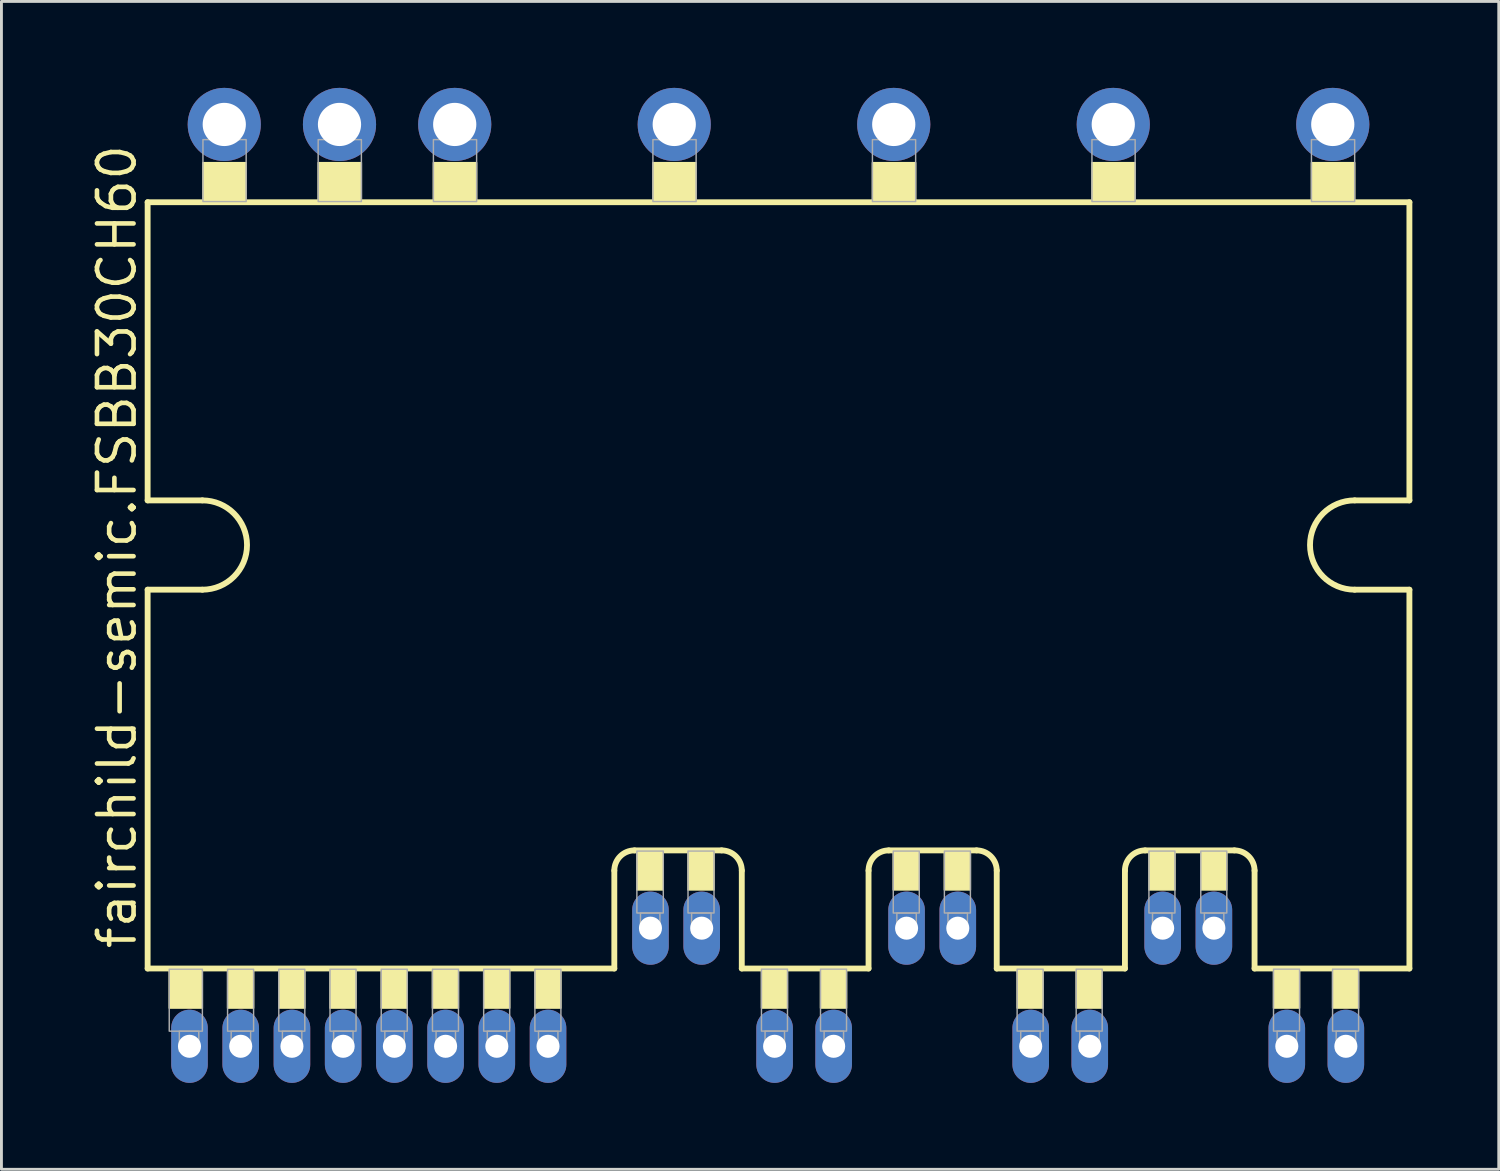
<source format=kicad_pcb>
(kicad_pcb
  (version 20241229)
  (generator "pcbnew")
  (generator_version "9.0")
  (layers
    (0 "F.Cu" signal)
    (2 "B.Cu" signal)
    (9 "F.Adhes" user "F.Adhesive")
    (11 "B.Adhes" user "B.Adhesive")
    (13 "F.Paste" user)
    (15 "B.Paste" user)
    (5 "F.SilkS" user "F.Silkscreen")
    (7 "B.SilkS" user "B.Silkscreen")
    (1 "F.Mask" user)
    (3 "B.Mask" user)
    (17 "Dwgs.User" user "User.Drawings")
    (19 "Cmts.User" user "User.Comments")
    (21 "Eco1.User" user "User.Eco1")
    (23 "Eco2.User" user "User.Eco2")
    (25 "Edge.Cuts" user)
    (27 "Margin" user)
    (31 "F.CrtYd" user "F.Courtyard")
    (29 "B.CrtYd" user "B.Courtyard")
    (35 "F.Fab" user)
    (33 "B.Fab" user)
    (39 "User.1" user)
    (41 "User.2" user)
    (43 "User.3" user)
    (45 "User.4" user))
  (footprint "fairchild-semic.FSBB30CH60"
    (layer "F.Cu")
    (at 23.975 17.27)
    (property "Reference" "fairchild-semic.FSBB30CH60" (at -22.225 12.7 90) (layer "F.SilkS") (effects (font (size 1.27 1.27) (thickness 0.16)) (justify left bottom)))
    (attr through_hole)
    (fp_line (start -21.9 -13.3) (end 21.9 -13.3) (stroke (width 0.203) (type default)) (layer "F.SilkS"))
    (fp_line (start -21.9 -2.95) (end -21.9 -13.3) (stroke (width 0.203) (type default)) (layer "F.SilkS"))
    (fp_line (start -21.9 13.3) (end -21.9 0.15) (stroke (width 0.203) (type default)) (layer "F.SilkS"))
    (fp_line (start -20 -2.95) (end -21.9 -2.95) (stroke (width 0.203) (type default)) (layer "F.SilkS"))
    (fp_line (start -20 0.15) (end -21.9 0.15) (stroke (width 0.203) (type default)) (layer "F.SilkS"))
    (fp_line (start -5.7 9.9) (end -5.7 13.3) (stroke (width 0.203) (type default)) (layer "F.SilkS"))
    (fp_line (start -5.7 13.3) (end -21.9 13.3) (stroke (width 0.203) (type default)) (layer "F.SilkS"))
    (fp_line (start -1.975 9.2) (end -5 9.2) (stroke (width 0.203) (type default)) (layer "F.SilkS"))
    (fp_line (start -1.275 13.3) (end -1.275 9.9) (stroke (width 0.203) (type default)) (layer "F.SilkS"))
    (fp_line (start 3.125 9.9) (end 3.125 13.3) (stroke (width 0.203) (type default)) (layer "F.SilkS"))
    (fp_line (start 3.125 13.3) (end -1.275 13.3) (stroke (width 0.203) (type default)) (layer "F.SilkS"))
    (fp_line (start 6.875 9.2) (end 3.825 9.2) (stroke (width 0.203) (type default)) (layer "F.SilkS"))
    (fp_line (start 7.575 13.3) (end 7.575 9.9) (stroke (width 0.203) (type default)) (layer "F.SilkS"))
    (fp_line (start 12.025 9.9) (end 12.025 13.3) (stroke (width 0.203) (type default)) (layer "F.SilkS"))
    (fp_line (start 12.025 13.3) (end 7.575 13.3) (stroke (width 0.203) (type default)) (layer "F.SilkS"))
    (fp_line (start 15.825 9.2) (end 12.725 9.2) (stroke (width 0.203) (type default)) (layer "F.SilkS"))
    (fp_line (start 16.525 13.3) (end 16.525 9.9) (stroke (width 0.203) (type default)) (layer "F.SilkS"))
    (fp_line (start 20 -2.95) (end 21.9 -2.95) (stroke (width 0.203) (type default)) (layer "F.SilkS"))
    (fp_line (start 20 0.15) (end 21.9 0.15) (stroke (width 0.203) (type default)) (layer "F.SilkS"))
    (fp_line (start 21.9 -13.3) (end 21.9 -2.95) (stroke (width 0.203) (type default)) (layer "F.SilkS"))
    (fp_line (start 21.9 0.15) (end 21.9 13.3) (stroke (width 0.203) (type default)) (layer "F.SilkS"))
    (fp_line (start 21.9 13.3) (end 16.525 13.3) (stroke (width 0.203) (type default)) (layer "F.SilkS"))
    (fp_rect (start -21.15 14.675) (end -20 13.3) (stroke (width 0.05) (type default)) (fill yes) (layer "F.SilkS"))
    (fp_rect (start -19.98 -13.298) (end -18.48 -14.673) (stroke (width 0.05) (type default)) (fill yes) (layer "F.SilkS"))
    (fp_rect (start -19.125 14.675) (end -18.222 13.3) (stroke (width 0.05) (type default)) (fill yes) (layer "F.SilkS"))
    (fp_rect (start -17.347 14.675) (end -16.444 13.3) (stroke (width 0.05) (type default)) (fill yes) (layer "F.SilkS"))
    (fp_rect (start -15.98 -13.298) (end -14.48 -14.673) (stroke (width 0.05) (type default)) (fill yes) (layer "F.SilkS"))
    (fp_rect (start -15.569 14.675) (end -14.666 13.3) (stroke (width 0.05) (type default)) (fill yes) (layer "F.SilkS"))
    (fp_rect (start -13.791 14.675) (end -12.888 13.3) (stroke (width 0.05) (type default)) (fill yes) (layer "F.SilkS"))
    (fp_rect (start -12.013 14.675) (end -11.11 13.3) (stroke (width 0.05) (type default)) (fill yes) (layer "F.SilkS"))
    (fp_rect (start -11.98 -13.298) (end -10.48 -14.673) (stroke (width 0.05) (type default)) (fill yes) (layer "F.SilkS"))
    (fp_rect (start -10.235 14.675) (end -9.332 13.3) (stroke (width 0.05) (type default)) (fill yes) (layer "F.SilkS"))
    (fp_rect (start -8.457 14.675) (end -7.554 13.3) (stroke (width 0.05) (type default)) (fill yes) (layer "F.SilkS"))
    (fp_rect (start -4.917 10.573) (end -4 9.198) (stroke (width 0.05) (type default)) (fill yes) (layer "F.SilkS"))
    (fp_rect (start -4.36 -13.298) (end -2.86 -14.673) (stroke (width 0.05) (type default)) (fill yes) (layer "F.SilkS"))
    (fp_rect (start -3.142 10.573) (end -2.239 9.198) (stroke (width 0.05) (type default)) (fill yes) (layer "F.SilkS"))
    (fp_rect (start -0.592 14.673) (end 0.311 13.298) (stroke (width 0.05) (type default)) (fill yes) (layer "F.SilkS"))
    (fp_rect (start 1.458 14.673) (end 2.361 13.298) (stroke (width 0.05) (type default)) (fill yes) (layer "F.SilkS"))
    (fp_rect (start 3.26 -13.298) (end 4.76 -14.673) (stroke (width 0.05) (type default)) (fill yes) (layer "F.SilkS"))
    (fp_rect (start 3.983 10.573) (end 4.886 9.198) (stroke (width 0.05) (type default)) (fill yes) (layer "F.SilkS"))
    (fp_rect (start 5.758 10.573) (end 6.661 9.198) (stroke (width 0.05) (type default)) (fill yes) (layer "F.SilkS"))
    (fp_rect (start 8.283 14.673) (end 9.186 13.298) (stroke (width 0.05) (type default)) (fill yes) (layer "F.SilkS"))
    (fp_rect (start 10.333 14.673) (end 11.236 13.298) (stroke (width 0.05) (type default)) (fill yes) (layer "F.SilkS"))
    (fp_rect (start 10.88 -13.298) (end 12.38 -14.673) (stroke (width 0.05) (type default)) (fill yes) (layer "F.SilkS"))
    (fp_rect (start 12.858 10.573) (end 13.761 9.198) (stroke (width 0.05) (type default)) (fill yes) (layer "F.SilkS"))
    (fp_rect (start 14.658 10.573) (end 15.561 9.198) (stroke (width 0.05) (type default)) (fill yes) (layer "F.SilkS"))
    (fp_rect (start 17.183 14.673) (end 18.086 13.298) (stroke (width 0.05) (type default)) (fill yes) (layer "F.SilkS"))
    (fp_rect (start 18.5 -13.298) (end 20 -14.673) (stroke (width 0.05) (type default)) (fill yes) (layer "F.SilkS"))
    (fp_rect (start 19.233 14.673) (end 20.136 13.298) (stroke (width 0.05) (type default)) (fill yes) (layer "F.SilkS"))
    (fp_arc (start -20 -2.95) (mid -18.45 -1.4) (end -20 0.15) (stroke (width 0.2032) (type default)) (layer "F.SilkS"))
    (fp_arc (start -5.7 9.9) (mid -5.494975 9.405025) (end -5 9.2) (stroke (width 0.2032) (type default)) (layer "F.SilkS"))
    (fp_arc (start -1.975 9.2) (mid -1.480025 9.405025) (end -1.275 9.9) (stroke (width 0.2032) (type default)) (layer "F.SilkS"))
    (fp_arc (start 3.125 9.9) (mid 3.330025 9.405025) (end 3.825 9.2) (stroke (width 0.2032) (type default)) (layer "F.SilkS"))
    (fp_arc (start 6.875 9.2) (mid 7.369975 9.405025) (end 7.575 9.9) (stroke (width 0.2032) (type default)) (layer "F.SilkS"))
    (fp_arc (start 12.025 9.9) (mid 12.230025 9.405025) (end 12.725 9.2) (stroke (width 0.2032) (type default)) (layer "F.SilkS"))
    (fp_arc (start 15.825 9.2) (mid 16.319975 9.405025) (end 16.525 9.9) (stroke (width 0.2032) (type default)) (layer "F.SilkS"))
    (fp_arc (start 20 0.15) (mid 18.45 -1.4) (end 20 -2.95) (stroke (width 0.2032) (type default)) (layer "F.SilkS"))
    (fp_rect (start -21.15 15.475) (end -20 13.325) (stroke (width 0.05) (type default)) (fill no) (layer "F.Fab"))
    (fp_rect (start -20.8 16.175) (end -20.125 15.475) (stroke (width 0.05) (type default)) (fill no) (layer "F.Fab"))
    (fp_rect (start -19.98 -13.323) (end -18.48 -15.473) (stroke (width 0.05) (type default)) (fill no) (layer "F.Fab"))
    (fp_rect (start -19.73 -15.473) (end -18.73 -16.5) (stroke (width 0.05) (type default)) (fill no) (layer "F.Fab"))
    (fp_rect (start -19.125 15.475) (end -18.222 13.325) (stroke (width 0.05) (type default)) (fill no) (layer "F.Fab"))
    (fp_rect (start -19 16.175) (end -18.325 15.475) (stroke (width 0.05) (type default)) (fill no) (layer "F.Fab"))
    (fp_rect (start -17.347 15.475) (end -16.444 13.325) (stroke (width 0.05) (type default)) (fill no) (layer "F.Fab"))
    (fp_rect (start -17.222 16.175) (end -16.547 15.475) (stroke (width 0.05) (type default)) (fill no) (layer "F.Fab"))
    (fp_rect (start -15.98 -13.323) (end -14.48 -15.473) (stroke (width 0.05) (type default)) (fill no) (layer "F.Fab"))
    (fp_rect (start -15.73 -15.473) (end -14.73 -16.5) (stroke (width 0.05) (type default)) (fill no) (layer "F.Fab"))
    (fp_rect (start -15.569 15.475) (end -14.666 13.325) (stroke (width 0.05) (type default)) (fill no) (layer "F.Fab"))
    (fp_rect (start -15.444 16.175) (end -14.769 15.475) (stroke (width 0.05) (type default)) (fill no) (layer "F.Fab"))
    (fp_rect (start -13.791 15.475) (end -12.888 13.325) (stroke (width 0.05) (type default)) (fill no) (layer "F.Fab"))
    (fp_rect (start -13.666 16.175) (end -12.991 15.475) (stroke (width 0.05) (type default)) (fill no) (layer "F.Fab"))
    (fp_rect (start -12.013 15.475) (end -11.11 13.325) (stroke (width 0.05) (type default)) (fill no) (layer "F.Fab"))
    (fp_rect (start -11.98 -13.323) (end -10.48 -15.473) (stroke (width 0.05) (type default)) (fill no) (layer "F.Fab"))
    (fp_rect (start -11.888 16.175) (end -11.213 15.475) (stroke (width 0.05) (type default)) (fill no) (layer "F.Fab"))
    (fp_rect (start -11.73 -15.473) (end -10.73 -16.5) (stroke (width 0.05) (type default)) (fill no) (layer "F.Fab"))
    (fp_rect (start -10.235 15.475) (end -9.332 13.325) (stroke (width 0.05) (type default)) (fill no) (layer "F.Fab"))
    (fp_rect (start -10.11 16.175) (end -9.435 15.475) (stroke (width 0.05) (type default)) (fill no) (layer "F.Fab"))
    (fp_rect (start -8.457 15.475) (end -7.554 13.325) (stroke (width 0.05) (type default)) (fill no) (layer "F.Fab"))
    (fp_rect (start -8.332 16.175) (end -7.657 15.475) (stroke (width 0.05) (type default)) (fill no) (layer "F.Fab"))
    (fp_rect (start -4.917 11.373) (end -4 9.223) (stroke (width 0.05) (type default)) (fill no) (layer "F.Fab"))
    (fp_rect (start -4.792 12.073) (end -4.117 11.373) (stroke (width 0.05) (type default)) (fill no) (layer "F.Fab"))
    (fp_rect (start -4.36 -13.323) (end -2.86 -15.473) (stroke (width 0.05) (type default)) (fill no) (layer "F.Fab"))
    (fp_rect (start -4.11 -15.473) (end -3.11 -16.5) (stroke (width 0.05) (type default)) (fill no) (layer "F.Fab"))
    (fp_rect (start -3.142 11.373) (end -2.239 9.223) (stroke (width 0.05) (type default)) (fill no) (layer "F.Fab"))
    (fp_rect (start -3.017 12.073) (end -2.342 11.373) (stroke (width 0.05) (type default)) (fill no) (layer "F.Fab"))
    (fp_rect (start -0.592 15.473) (end 0.311 13.323) (stroke (width 0.05) (type default)) (fill no) (layer "F.Fab"))
    (fp_rect (start -0.467 16.173) (end 0.208 15.473) (stroke (width 0.05) (type default)) (fill no) (layer "F.Fab"))
    (fp_rect (start 1.458 15.473) (end 2.361 13.323) (stroke (width 0.05) (type default)) (fill no) (layer "F.Fab"))
    (fp_rect (start 1.583 16.173) (end 2.258 15.473) (stroke (width 0.05) (type default)) (fill no) (layer "F.Fab"))
    (fp_rect (start 3.26 -13.323) (end 4.76 -15.473) (stroke (width 0.05) (type default)) (fill no) (layer "F.Fab"))
    (fp_rect (start 3.51 -15.473) (end 4.51 -16.5) (stroke (width 0.05) (type default)) (fill no) (layer "F.Fab"))
    (fp_rect (start 3.983 11.373) (end 4.886 9.223) (stroke (width 0.05) (type default)) (fill no) (layer "F.Fab"))
    (fp_rect (start 4.108 12.073) (end 4.783 11.373) (stroke (width 0.05) (type default)) (fill no) (layer "F.Fab"))
    (fp_rect (start 5.758 11.373) (end 6.661 9.223) (stroke (width 0.05) (type default)) (fill no) (layer "F.Fab"))
    (fp_rect (start 5.883 12.073) (end 6.558 11.373) (stroke (width 0.05) (type default)) (fill no) (layer "F.Fab"))
    (fp_rect (start 8.283 15.473) (end 9.186 13.323) (stroke (width 0.05) (type default)) (fill no) (layer "F.Fab"))
    (fp_rect (start 8.408 16.173) (end 9.083 15.473) (stroke (width 0.05) (type default)) (fill no) (layer "F.Fab"))
    (fp_rect (start 10.333 15.473) (end 11.236 13.323) (stroke (width 0.05) (type default)) (fill no) (layer "F.Fab"))
    (fp_rect (start 10.458 16.173) (end 11.133 15.473) (stroke (width 0.05) (type default)) (fill no) (layer "F.Fab"))
    (fp_rect (start 10.88 -13.323) (end 12.38 -15.473) (stroke (width 0.05) (type default)) (fill no) (layer "F.Fab"))
    (fp_rect (start 11.13 -15.473) (end 12.13 -16.5) (stroke (width 0.05) (type default)) (fill no) (layer "F.Fab"))
    (fp_rect (start 12.858 11.373) (end 13.761 9.223) (stroke (width 0.05) (type default)) (fill no) (layer "F.Fab"))
    (fp_rect (start 12.983 12.073) (end 13.658 11.373) (stroke (width 0.05) (type default)) (fill no) (layer "F.Fab"))
    (fp_rect (start 14.658 11.373) (end 15.561 9.223) (stroke (width 0.05) (type default)) (fill no) (layer "F.Fab"))
    (fp_rect (start 14.783 12.073) (end 15.458 11.373) (stroke (width 0.05) (type default)) (fill no) (layer "F.Fab"))
    (fp_rect (start 17.183 15.473) (end 18.086 13.323) (stroke (width 0.05) (type default)) (fill no) (layer "F.Fab"))
    (fp_rect (start 17.308 16.173) (end 17.983 15.473) (stroke (width 0.05) (type default)) (fill no) (layer "F.Fab"))
    (fp_rect (start 18.5 -13.323) (end 20 -15.473) (stroke (width 0.05) (type default)) (fill no) (layer "F.Fab"))
    (fp_rect (start 18.75 -15.473) (end 19.75 -16.5) (stroke (width 0.05) (type default)) (fill no) (layer "F.Fab"))
    (fp_rect (start 19.233 15.473) (end 20.136 13.323) (stroke (width 0.05) (type default)) (fill no) (layer "F.Fab"))
    (fp_rect (start 19.358 16.173) (end 20.033 15.473) (stroke (width 0.05) (type default)) (fill no) (layer "F.Fab"))
    (pad "1" thru_hole oval (at -20.447 16 90) (size 2.54 1.27) (drill 0.8) (layers "*.Cu" "*.Mask"))
    (pad "2" thru_hole oval (at -18.669 16 90) (size 2.54 1.27) (drill 0.8) (layers "*.Cu" "*.Mask"))
    (pad "3" thru_hole oval (at -16.891 16 90) (size 2.54 1.27) (drill 0.8) (layers "*.Cu" "*.Mask"))
    (pad "4" thru_hole oval (at -15.113 16 90) (size 2.54 1.27) (drill 0.8) (layers "*.Cu" "*.Mask"))
    (pad "5" thru_hole oval (at -13.335 16 90) (size 2.54 1.27) (drill 0.8) (layers "*.Cu" "*.Mask"))
    (pad "6" thru_hole oval (at -11.557 16 90) (size 2.54 1.27) (drill 0.8) (layers "*.Cu" "*.Mask"))
    (pad "7" thru_hole oval (at -9.779 16 90) (size 2.54 1.27) (drill 0.8) (layers "*.Cu" "*.Mask"))
    (pad "8" thru_hole oval (at -8.001 16 90) (size 2.54 1.27) (drill 0.8) (layers "*.Cu" "*.Mask"))
    (pad "9" thru_hole oval (at -4.445 11.9 90) (size 2.54 1.27) (drill 0.8) (layers "*.Cu" "*.Mask"))
    (pad "10" thru_hole oval (at -2.667 11.9 90) (size 2.54 1.27) (drill 0.8) (layers "*.Cu" "*.Mask"))
    (pad "11" thru_hole oval (at -0.136 16 90) (size 2.54 1.27) (drill 0.8) (layers "*.Cu" "*.Mask"))
    (pad "12" thru_hole oval (at 1.914 16 90) (size 2.54 1.27) (drill 0.8) (layers "*.Cu" "*.Mask"))
    (pad "13" thru_hole oval (at 4.445 11.9 90) (size 2.54 1.27) (drill 0.8) (layers "*.Cu" "*.Mask"))
    (pad "14" thru_hole oval (at 6.223 11.9 90) (size 2.54 1.27) (drill 0.8) (layers "*.Cu" "*.Mask"))
    (pad "15" thru_hole oval (at 8.754 16 90) (size 2.54 1.27) (drill 0.8) (layers "*.Cu" "*.Mask"))
    (pad "16" thru_hole oval (at 10.804 16 90) (size 2.54 1.27) (drill 0.8) (layers "*.Cu" "*.Mask"))
    (pad "17" thru_hole oval (at 13.335 11.9 90) (size 2.54 1.27) (drill 0.8) (layers "*.Cu" "*.Mask"))
    (pad "18" thru_hole oval (at 15.113 11.9 90) (size 2.54 1.27) (drill 0.8) (layers "*.Cu" "*.Mask"))
    (pad "19" thru_hole oval (at 17.644 16 90) (size 2.54 1.27) (drill 0.8) (layers "*.Cu" "*.Mask"))
    (pad "20" thru_hole oval (at 19.694 16 90) (size 2.54 1.27) (drill 0.8) (layers "*.Cu" "*.Mask"))
    (pad "21" thru_hole circle (at -19.24 -16 180) (size 2.54 2.54) (drill 1.5) (layers "*.Cu" "*.Mask"))
    (pad "22" thru_hole circle (at -15.24 -16 180) (size 2.54 2.54) (drill 1.5) (layers "*.Cu" "*.Mask"))
    (pad "23" thru_hole circle (at -11.24 -16 180) (size 2.54 2.54) (drill 1.5) (layers "*.Cu" "*.Mask"))
    (pad "24" thru_hole circle (at -3.62 -16 180) (size 2.54 2.54) (drill 1.5) (layers "*.Cu" "*.Mask"))
    (pad "25" thru_hole circle (at 4 -16 180) (size 2.54 2.54) (drill 1.5) (layers "*.Cu" "*.Mask"))
    (pad "26" thru_hole circle (at 11.62 -16 180) (size 2.54 2.54) (drill 1.5) (layers "*.Cu" "*.Mask"))
    (pad "27" thru_hole circle (at 19.24 -16 180) (size 2.54 2.54) (drill 1.5) (layers "*.Cu" "*.Mask")))
  (gr_rect
    (start -3 -3)
    (end 48.977 37.54)
    (stroke (width 0.1) (type default))
    (fill no)
    (layer "Edge.Cuts")))
</source>
